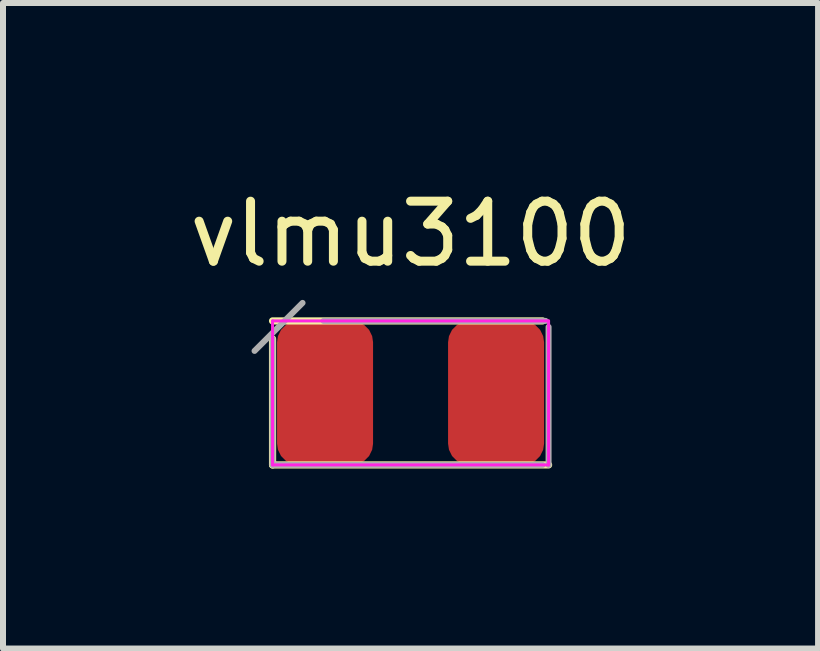
<source format=kicad_pcb>
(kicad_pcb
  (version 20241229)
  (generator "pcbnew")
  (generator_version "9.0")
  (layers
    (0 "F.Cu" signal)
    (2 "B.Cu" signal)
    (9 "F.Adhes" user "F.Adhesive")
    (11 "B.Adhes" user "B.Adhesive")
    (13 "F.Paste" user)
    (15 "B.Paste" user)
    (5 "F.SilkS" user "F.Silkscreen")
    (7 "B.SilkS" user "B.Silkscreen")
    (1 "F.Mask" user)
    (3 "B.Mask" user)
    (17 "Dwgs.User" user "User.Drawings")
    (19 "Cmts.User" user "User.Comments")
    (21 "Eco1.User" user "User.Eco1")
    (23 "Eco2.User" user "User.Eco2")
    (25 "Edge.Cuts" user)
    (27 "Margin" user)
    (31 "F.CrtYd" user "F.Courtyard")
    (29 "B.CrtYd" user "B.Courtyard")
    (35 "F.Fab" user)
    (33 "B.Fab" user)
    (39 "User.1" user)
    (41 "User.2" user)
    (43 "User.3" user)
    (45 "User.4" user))
  (footprint "vlmu3100"
    (layer "F.Cu")
    (at 3.792 3.498)
    (property "Reference" "vlmu3100" (at 0 -2.65 0) (layer "F.SilkS") (effects (font (size 1 1) (thickness 0.15))))
    (attr smd)
    (fp_line (start -2.3 -0.9) (end -2.3 1.2) (stroke (width 0.12) (type solid)) (layer "F.SilkS"))
    (fp_line (start -2.3 1.2) (end 2.3 1.2) (stroke (width 0.12) (type solid)) (layer "F.SilkS"))
    (fp_line (start 2.2 -1.2) (end -2.3 -1.2) (stroke (width 0.12) (type solid)) (layer "F.SilkS"))
    (fp_line (start -2.3 -1.2) (end 2.3 -1.2) (stroke (width 0.05) (type solid)) (layer "F.CrtYd"))
    (fp_line (start -2.3 1.2) (end -2.3 -1.2) (stroke (width 0.05) (type solid)) (layer "F.CrtYd"))
    (fp_line (start 2.3 -1.2) (end 2.3 1.2) (stroke (width 0.05) (type solid)) (layer "F.CrtYd"))
    (fp_line (start 2.3 1.2) (end -2.3 1.2) (stroke (width 0.05) (type solid)) (layer "F.CrtYd"))
    (fp_line (start -2.6 -0.7) (end -1.8 -1.5) (stroke (width 0.1) (type solid)) (layer "F.Fab"))
    (fp_line (start -2.3 -0.9) (end -2.3 1.2) (stroke (width 0.1) (type solid)) (layer "F.Fab"))
    (fp_line (start -2.3 1.2) (end 2.2 1.2) (stroke (width 0.1) (type solid)) (layer "F.Fab"))
    (fp_line (start 2.25 -1.2) (end -1.45 -1.2) (stroke (width 0.1) (type solid)) (layer "F.Fab"))
    (fp_line (start 2.3 1.2) (end 2.3 -1.1) (stroke (width 0.1) (type solid)) (layer "F.Fab"))
    (pad "1" smd roundrect (at -1.425 0) (size 1.6 2.4) (layers "F.Cu" "F.Mask" "F.Paste") (roundrect_rratio 0.222))
    (pad "2" smd roundrect (at 1.425 0) (size 1.6 2.4) (layers "F.Cu" "F.Mask" "F.Paste") (roundrect_rratio 0.222)))
  (gr_rect
    (start -3 -3)
    (end 10.583 7.758)
    (stroke (width 0.1) (type default))
    (fill no)
    (layer "Edge.Cuts")))
</source>
